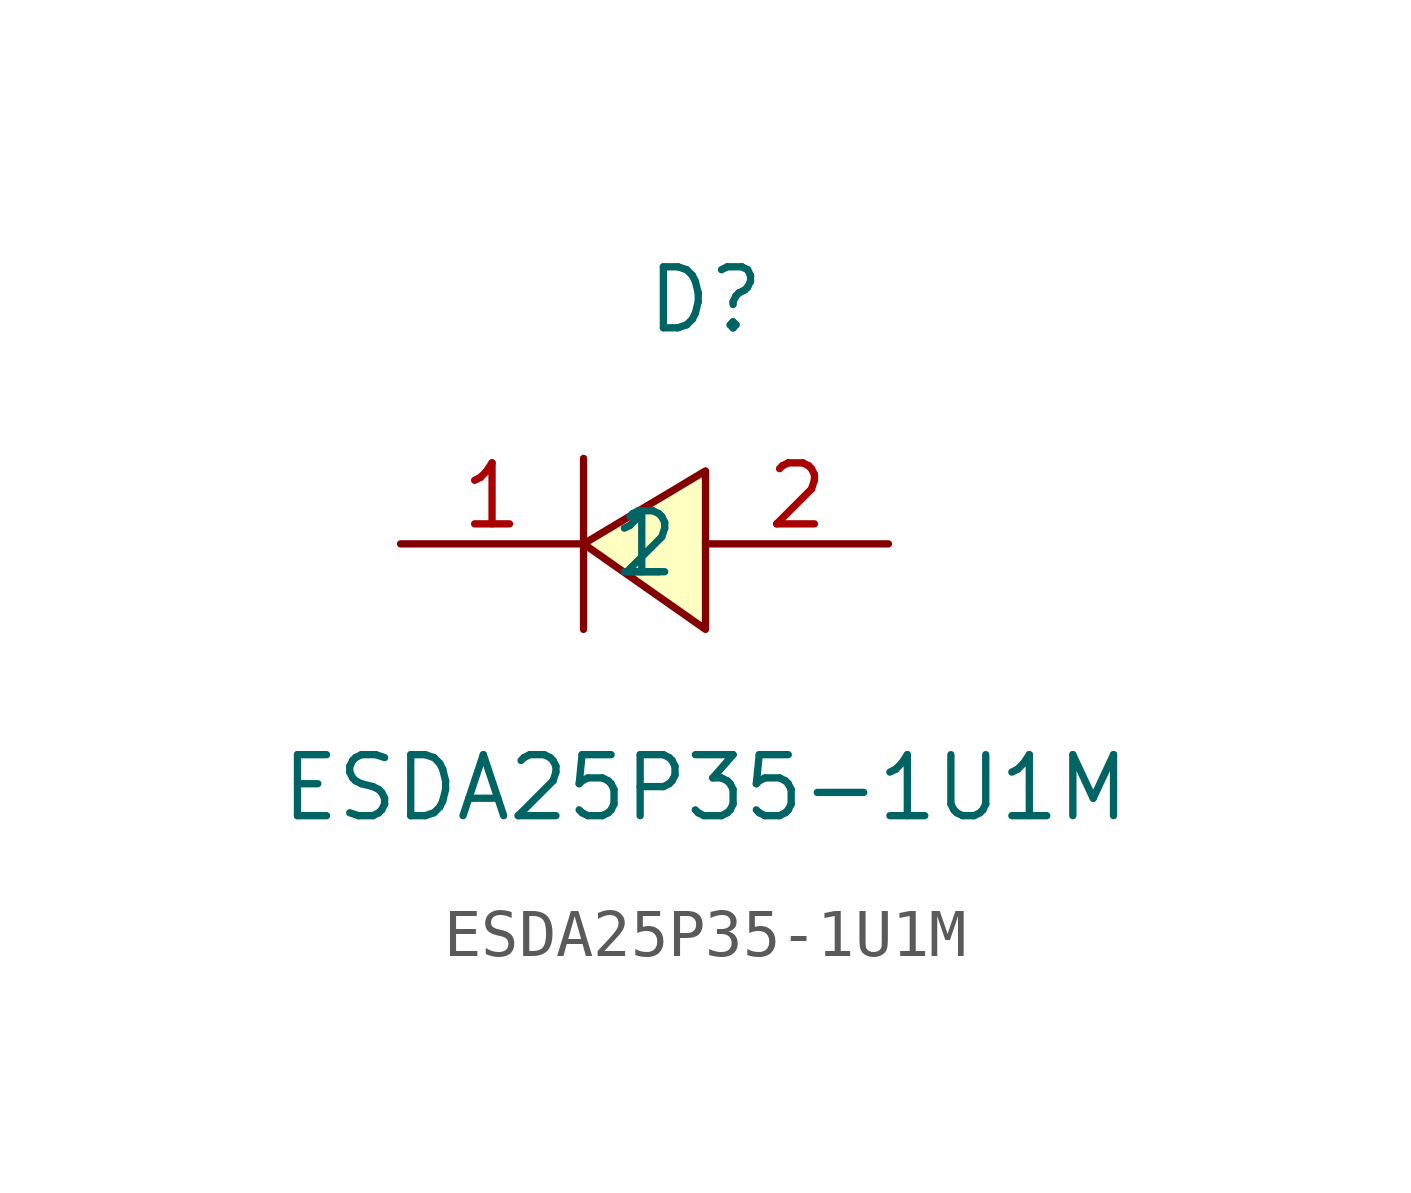
<source format=kicad_sym>
(kicad_symbol_lib
  (version 1)
  (generator "faebryk")
  (symbol "ESDA25P35-1U1M"
    (property "Reference" "D"
      (at 0 5.08 0)
      (effects (font (size 1.27 1.27)) (hide no)))
    (property "Value" "ESDA25P35-1U1M"
      (at 0 -5.08 0)
      (effects (font (size 1.27 1.27)) (hide no)))
    (symbol "ESDA25P35-1U1M_0_1"
      (polyline (stroke (width 0) (type default) (color 0 0 0 0)) (fill (type background)) (pts (xy 0 1.52) (xy -2.54 0) (xy 0 -1.78) (xy 0 1.52)))
      (polyline (stroke (width 0) (type default) (color 0 0 0 0)) (fill (type none)) (pts (xy -2.54 1.78) (xy -2.54 -1.78)))
      (pin unspecified line (at -6.35 0 0) (length 3.81) (name "1" (effects (font (size 1.27 1.27)) (hide no))) (number "1" (effects (font (size 1.27 1.27)) (hide no))))
      (pin unspecified line (at 3.81 0 180) (length 3.81) (name "2" (effects (font (size 1.27 1.27)) (hide no))) (number "2" (effects (font (size 1.27 1.27)) (hide no)))))))
</source>
